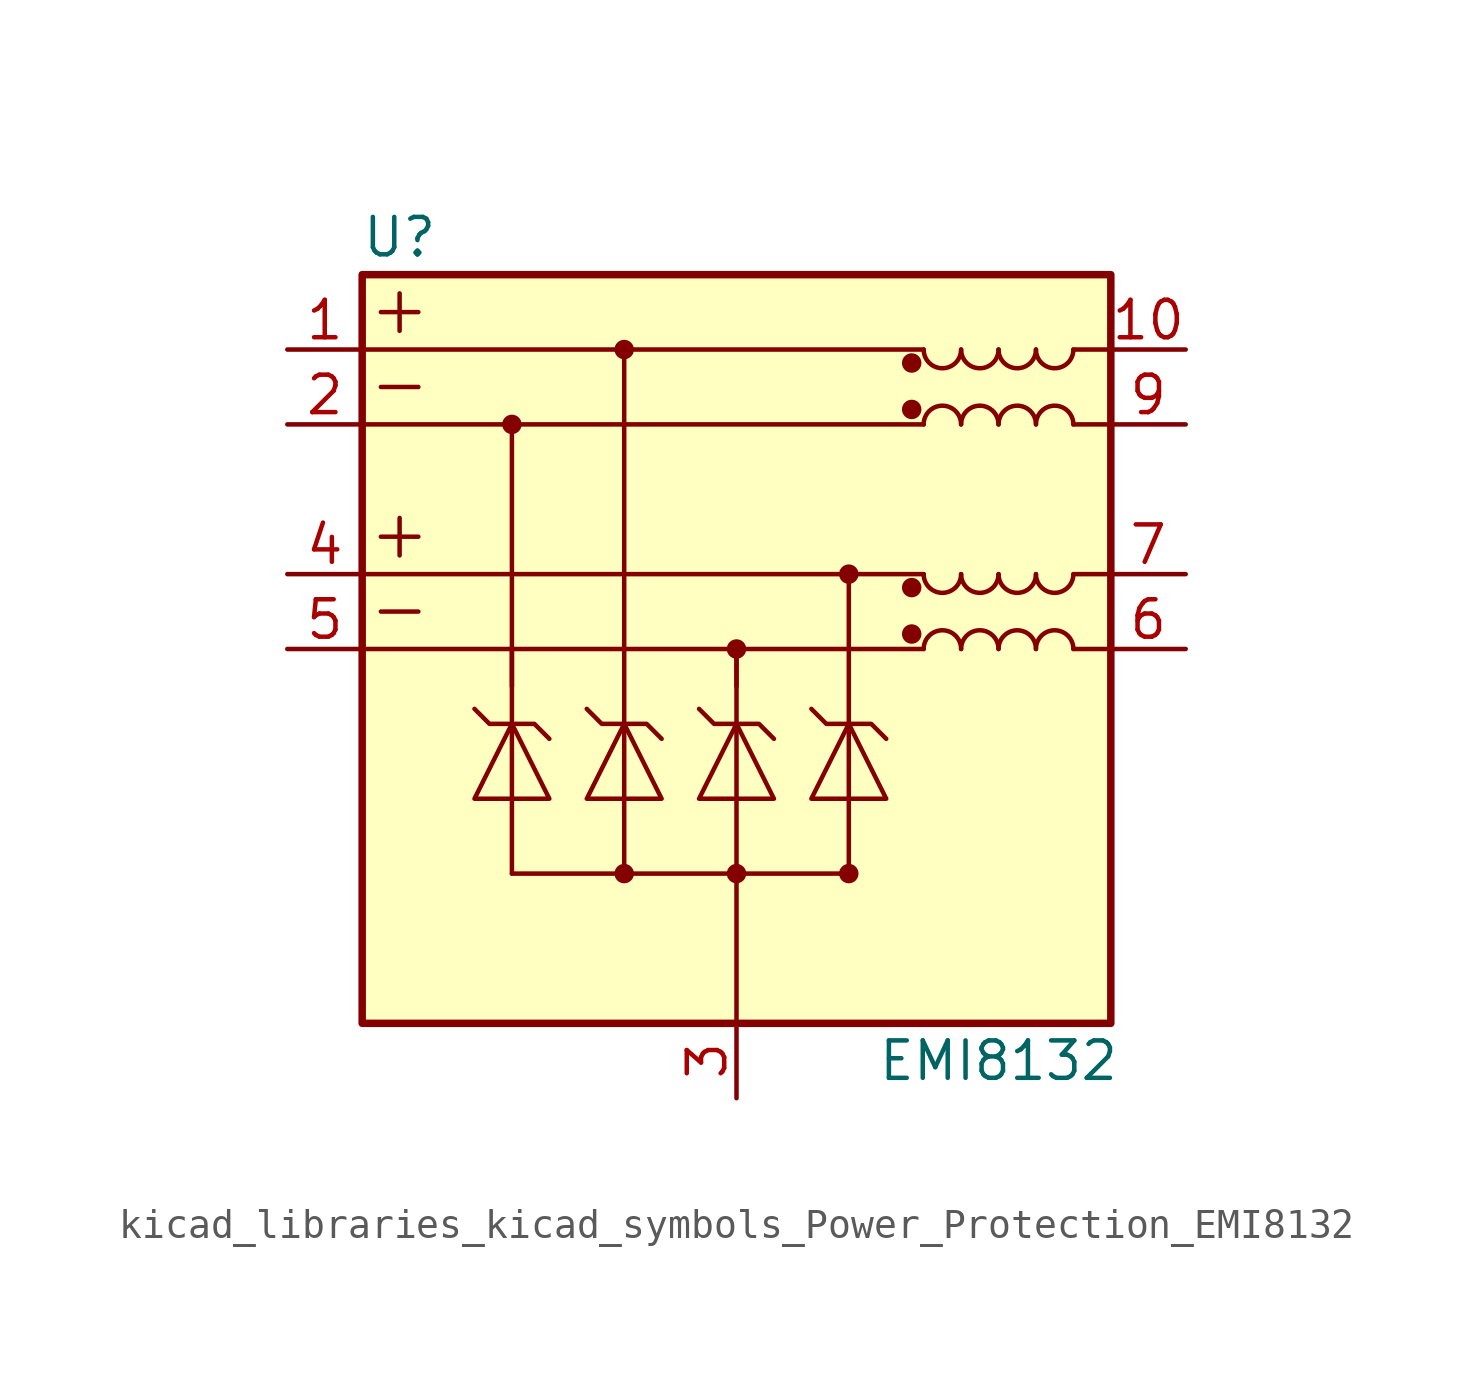
<source format=kicad_sym>
(kicad_symbol_lib
  (version 20220914)
  (generator kicad_symbol_editor)
  (symbol "kicad_libraries_kicad_symbols_Power_Protection_EMI8132"
    (pin_names
      (offset 0.025) hide)
    (property "Reference" "U"
      (at -11.43 13.97 0)
      (effects (font (size 1.27 1.27))))
    (property "Value" "EMI8132"
      (at 8.89 -13.97 0)
      (effects (font (size 1.27 1.27))))
    (symbol "kicad_libraries_kicad_symbols_Power_Protection_EMI8132_0_1"
      (rectangle (start -12.7 12.7) (end 12.7 -12.7) (stroke (width 0.254) (type default)) (fill (type background)))
      (polyline (pts (xy -12.7 0) (xy 6.35 0)) (stroke (width 0) (type default)) (fill (type none)))
      (polyline (pts (xy -12.7 2.54) (xy 6.35 2.54)) (stroke (width 0) (type default)) (fill (type none)))
      (polyline (pts (xy -12.7 7.62) (xy 6.35 7.62)) (stroke (width 0) (type default)) (fill (type none)))
      (polyline (pts (xy -12.7 10.16) (xy 6.35 10.16)) (stroke (width 0) (type default)) (fill (type none)))
      (polyline (pts (xy -12.065 1.27) (xy -10.795 1.27)) (stroke (width 0) (type default)) (fill (type none)))
      (polyline (pts (xy -12.065 3.81) (xy -10.795 3.81)) (stroke (width 0) (type default)) (fill (type none)))
      (polyline (pts (xy -12.065 8.89) (xy -10.795 8.89)) (stroke (width 0) (type default)) (fill (type none)))
      (polyline (pts (xy -12.065 11.43) (xy -10.795 11.43)) (stroke (width 0) (type default)) (fill (type none)))
      (polyline (pts (xy -11.43 4.445) (xy -11.43 3.175)) (stroke (width 0) (type default)) (fill (type none)))
      (polyline (pts (xy -11.43 12.065) (xy -11.43 10.795)) (stroke (width 0) (type default)) (fill (type none)))
      (polyline (pts (xy -7.62 -7.62) (xy -3.81 -7.62)) (stroke (width 0) (type default)) (fill (type none)))
      (polyline (pts (xy -7.62 -1.27) (xy -7.62 7.62)) (stroke (width 0) (type default)) (fill (type none)))
      (polyline (pts (xy -3.81 -7.62) (xy 0 -7.62)) (stroke (width 0) (type default)) (fill (type none)))
      (polyline (pts (xy 0 -7.62) (xy 0 -12.7)) (stroke (width 0) (type default)) (fill (type none)))
      (polyline (pts (xy 0 -7.62) (xy 3.81 -7.62)) (stroke (width 0) (type default)) (fill (type none)))
      (polyline (pts (xy 0 -1.27) (xy 0 0)) (stroke (width 0) (type default)) (fill (type none)))
      (polyline (pts (xy 11.43 0) (xy 12.7 0)) (stroke (width 0) (type default)) (fill (type none)))
      (polyline (pts (xy 11.43 2.54) (xy 12.7 2.54)) (stroke (width 0) (type default)) (fill (type none)))
      (polyline (pts (xy 11.43 7.62) (xy 12.7 7.62)) (stroke (width 0) (type default)) (fill (type none)))
      (polyline (pts (xy 11.43 10.16) (xy 12.7 10.16)) (stroke (width 0) (type default)) (fill (type none)))
      (polyline (pts (xy -3.81 10.16) (xy -3.81 0) (xy -3.81 -2.54)) (stroke (width 0) (type default)) (fill (type none)))
      (polyline (pts (xy 3.81 2.54) (xy 3.81 0) (xy 3.81 -2.54)) (stroke (width 0) (type default)) (fill (type none)))
      (arc (start 6.35 2.54) (mid 6.985 1.9077) (end 7.62 2.54) (stroke (width 0) (type default)) (fill (type none)))
      (arc (start 6.35 10.16) (mid 6.985 9.5277) (end 7.62 10.16) (stroke (width 0) (type default)) (fill (type none)))
      (arc (start 7.62 2.54) (mid 8.255 1.9077) (end 8.89 2.54) (stroke (width 0) (type default)) (fill (type none)))
      (arc (start 7.62 10.16) (mid 8.255 9.5277) (end 8.89 10.16) (stroke (width 0) (type default)) (fill (type none)))
      (arc (start 8.89 2.54) (mid 9.525 1.9077) (end 10.16 2.54) (stroke (width 0) (type default)) (fill (type none)))
      (arc (start 8.89 10.16) (mid 9.525 9.5277) (end 10.16 10.16) (stroke (width 0) (type default)) (fill (type none)))
      (arc (start 10.16 2.54) (mid 10.795 1.9077) (end 11.43 2.54) (stroke (width 0) (type default)) (fill (type none)))
      (arc (start 10.16 10.16) (mid 10.795 9.5277) (end 11.43 10.16) (stroke (width 0) (type default)) (fill (type none))))
    (symbol "kicad_libraries_kicad_symbols_Power_Protection_EMI8132_1_1"
      (circle (center -7.62 7.62) (radius 0.254) (stroke (width 0) (type default)) (fill (type outline)))
      (circle (center -3.81 -7.62) (radius 0.254) (stroke (width 0) (type default)) (fill (type outline)))
      (circle (center -3.81 10.16) (radius 0.254) (stroke (width 0) (type default)) (fill (type outline)))
      (circle (center 0 -7.62) (radius 0.254) (stroke (width 0) (type default)) (fill (type outline)))
      (polyline (pts (xy -7.62 -7.62) (xy -7.62 -2.54)) (stroke (width 0) (type default)) (fill (type none)))
      (polyline (pts (xy -7.62 -2.54) (xy -7.62 0)) (stroke (width 0) (type default)) (fill (type none)))
      (polyline (pts (xy -3.81 -7.62) (xy -3.81 -2.54)) (stroke (width 0) (type default)) (fill (type none)))
      (polyline (pts (xy 0 -7.62) (xy 0 -2.54)) (stroke (width 0) (type default)) (fill (type none)))
      (polyline (pts (xy 0 -2.54) (xy 0 0)) (stroke (width 0) (type default)) (fill (type none)))
      (polyline (pts (xy 3.81 -7.62) (xy 3.81 -2.54)) (stroke (width 0) (type default)) (fill (type none)))
      (polyline (pts (xy -8.89 -5.08) (xy -6.35 -5.08) (xy -7.62 -2.54) (xy -8.89 -5.08)) (stroke (width 0) (type default)) (fill (type none)))
      (polyline (pts (xy -6.35 -3.048) (xy -6.858 -2.54) (xy -8.382 -2.54) (xy -8.89 -2.032)) (stroke (width 0) (type default)) (fill (type none)))
      (polyline (pts (xy -5.08 -5.08) (xy -2.54 -5.08) (xy -3.81 -2.54) (xy -5.08 -5.08)) (stroke (width 0) (type default)) (fill (type none)))
      (polyline (pts (xy -2.54 -3.048) (xy -3.048 -2.54) (xy -4.572 -2.54) (xy -5.08 -2.032)) (stroke (width 0) (type default)) (fill (type none)))
      (polyline (pts (xy -1.27 -5.08) (xy 1.27 -5.08) (xy 0 -2.54) (xy -1.27 -5.08)) (stroke (width 0) (type default)) (fill (type none)))
      (polyline (pts (xy 1.27 -3.048) (xy 0.762 -2.54) (xy -0.762 -2.54) (xy -1.27 -2.032)) (stroke (width 0) (type default)) (fill (type none)))
      (polyline (pts (xy 2.54 -5.08) (xy 5.08 -5.08) (xy 3.81 -2.54) (xy 2.54 -5.08)) (stroke (width 0) (type default)) (fill (type none)))
      (polyline (pts (xy 5.08 -3.048) (xy 4.572 -2.54) (xy 3.048 -2.54) (xy 2.54 -2.032)) (stroke (width 0) (type default)) (fill (type none)))
      (circle (center 0 0) (radius 0.254) (stroke (width 0) (type default)) (fill (type outline)))
      (circle (center 3.81 -7.62) (radius 0.254) (stroke (width 0) (type default)) (fill (type outline)))
      (circle (center 3.81 2.54) (radius 0.254) (stroke (width 0) (type default)) (fill (type outline)))
      (circle (center 5.944 0.508) (radius 0.254) (stroke (width 0) (type default)) (fill (type outline)))
      (circle (center 5.944 2.083) (radius 0.254) (stroke (width 0) (type default)) (fill (type outline)))
      (circle (center 5.944 8.128) (radius 0.254) (stroke (width 0) (type default)) (fill (type outline)))
      (circle (center 5.944 9.703) (radius 0.254) (stroke (width 0) (type default)) (fill (type outline)))
      (arc (start 7.62 0) (mid 6.985 0.6323) (end 6.35 0) (stroke (width 0) (type default)) (fill (type none)))
      (arc (start 7.62 7.62) (mid 6.985 8.2523) (end 6.35 7.62) (stroke (width 0) (type default)) (fill (type none)))
      (arc (start 8.89 0) (mid 8.255 0.6323) (end 7.62 0) (stroke (width 0) (type default)) (fill (type none)))
      (arc (start 8.89 7.62) (mid 8.255 8.2523) (end 7.62 7.62) (stroke (width 0) (type default)) (fill (type none)))
      (arc (start 10.16 0) (mid 9.525 0.6323) (end 8.89 0) (stroke (width 0) (type default)) (fill (type none)))
      (arc (start 10.16 7.62) (mid 9.525 8.2523) (end 8.89 7.62) (stroke (width 0) (type default)) (fill (type none)))
      (arc (start 11.43 0) (mid 10.795 0.6323) (end 10.16 0) (stroke (width 0) (type default)) (fill (type none)))
      (arc (start 11.43 7.62) (mid 10.795 8.2523) (end 10.16 7.62) (stroke (width 0) (type default)) (fill (type none)))
      (pin passive line (at -15.24 10.16 0) (length 2.54) (name "In_1+" (effects (font (size 1.27 1.27)))) (number "1" (effects (font (size 1.27 1.27)))))
      (pin passive line (at 15.24 10.16 180) (length 2.54) (name "Out_1+" (effects (font (size 1.27 1.27)))) (number "10" (effects (font (size 1.27 1.27)))))
      (pin passive line (at -15.24 7.62 0) (length 2.54) (name "In_1-" (effects (font (size 1.27 1.27)))) (number "2" (effects (font (size 1.27 1.27)))))
      (pin power_in line (at 0 -15.24 90) (length 2.54) (name "GND" (effects (font (size 1.27 1.27)))) (number "3" (effects (font (size 1.27 1.27)))))
      (pin passive line (at -15.24 2.54 0) (length 2.54) (name "In_1+" (effects (font (size 1.27 1.27)))) (number "4" (effects (font (size 1.27 1.27)))))
      (pin passive line (at -15.24 0 0) (length 2.54) (name "In_1-" (effects (font (size 1.27 1.27)))) (number "5" (effects (font (size 1.27 1.27)))))
      (pin passive line (at 15.24 0 180) (length 2.54) (name "Out_1+" (effects (font (size 1.27 1.27)))) (number "6" (effects (font (size 1.27 1.27)))))
      (pin passive line (at 15.24 2.54 180) (length 2.54) (name "Out_1+" (effects (font (size 1.27 1.27)))) (number "7" (effects (font (size 1.27 1.27)))))
      (pin passive line (at 0 -15.24 90) (length 2.54) hide (name "GND" (effects (font (size 1.27 1.27)))) (number "8" (effects (font (size 1.27 1.27)))))
      (pin passive line (at 15.24 7.62 180) (length 2.54) (name "Out_1+" (effects (font (size 1.27 1.27)))) (number "9" (effects (font (size 1.27 1.27))))))))
</source>
